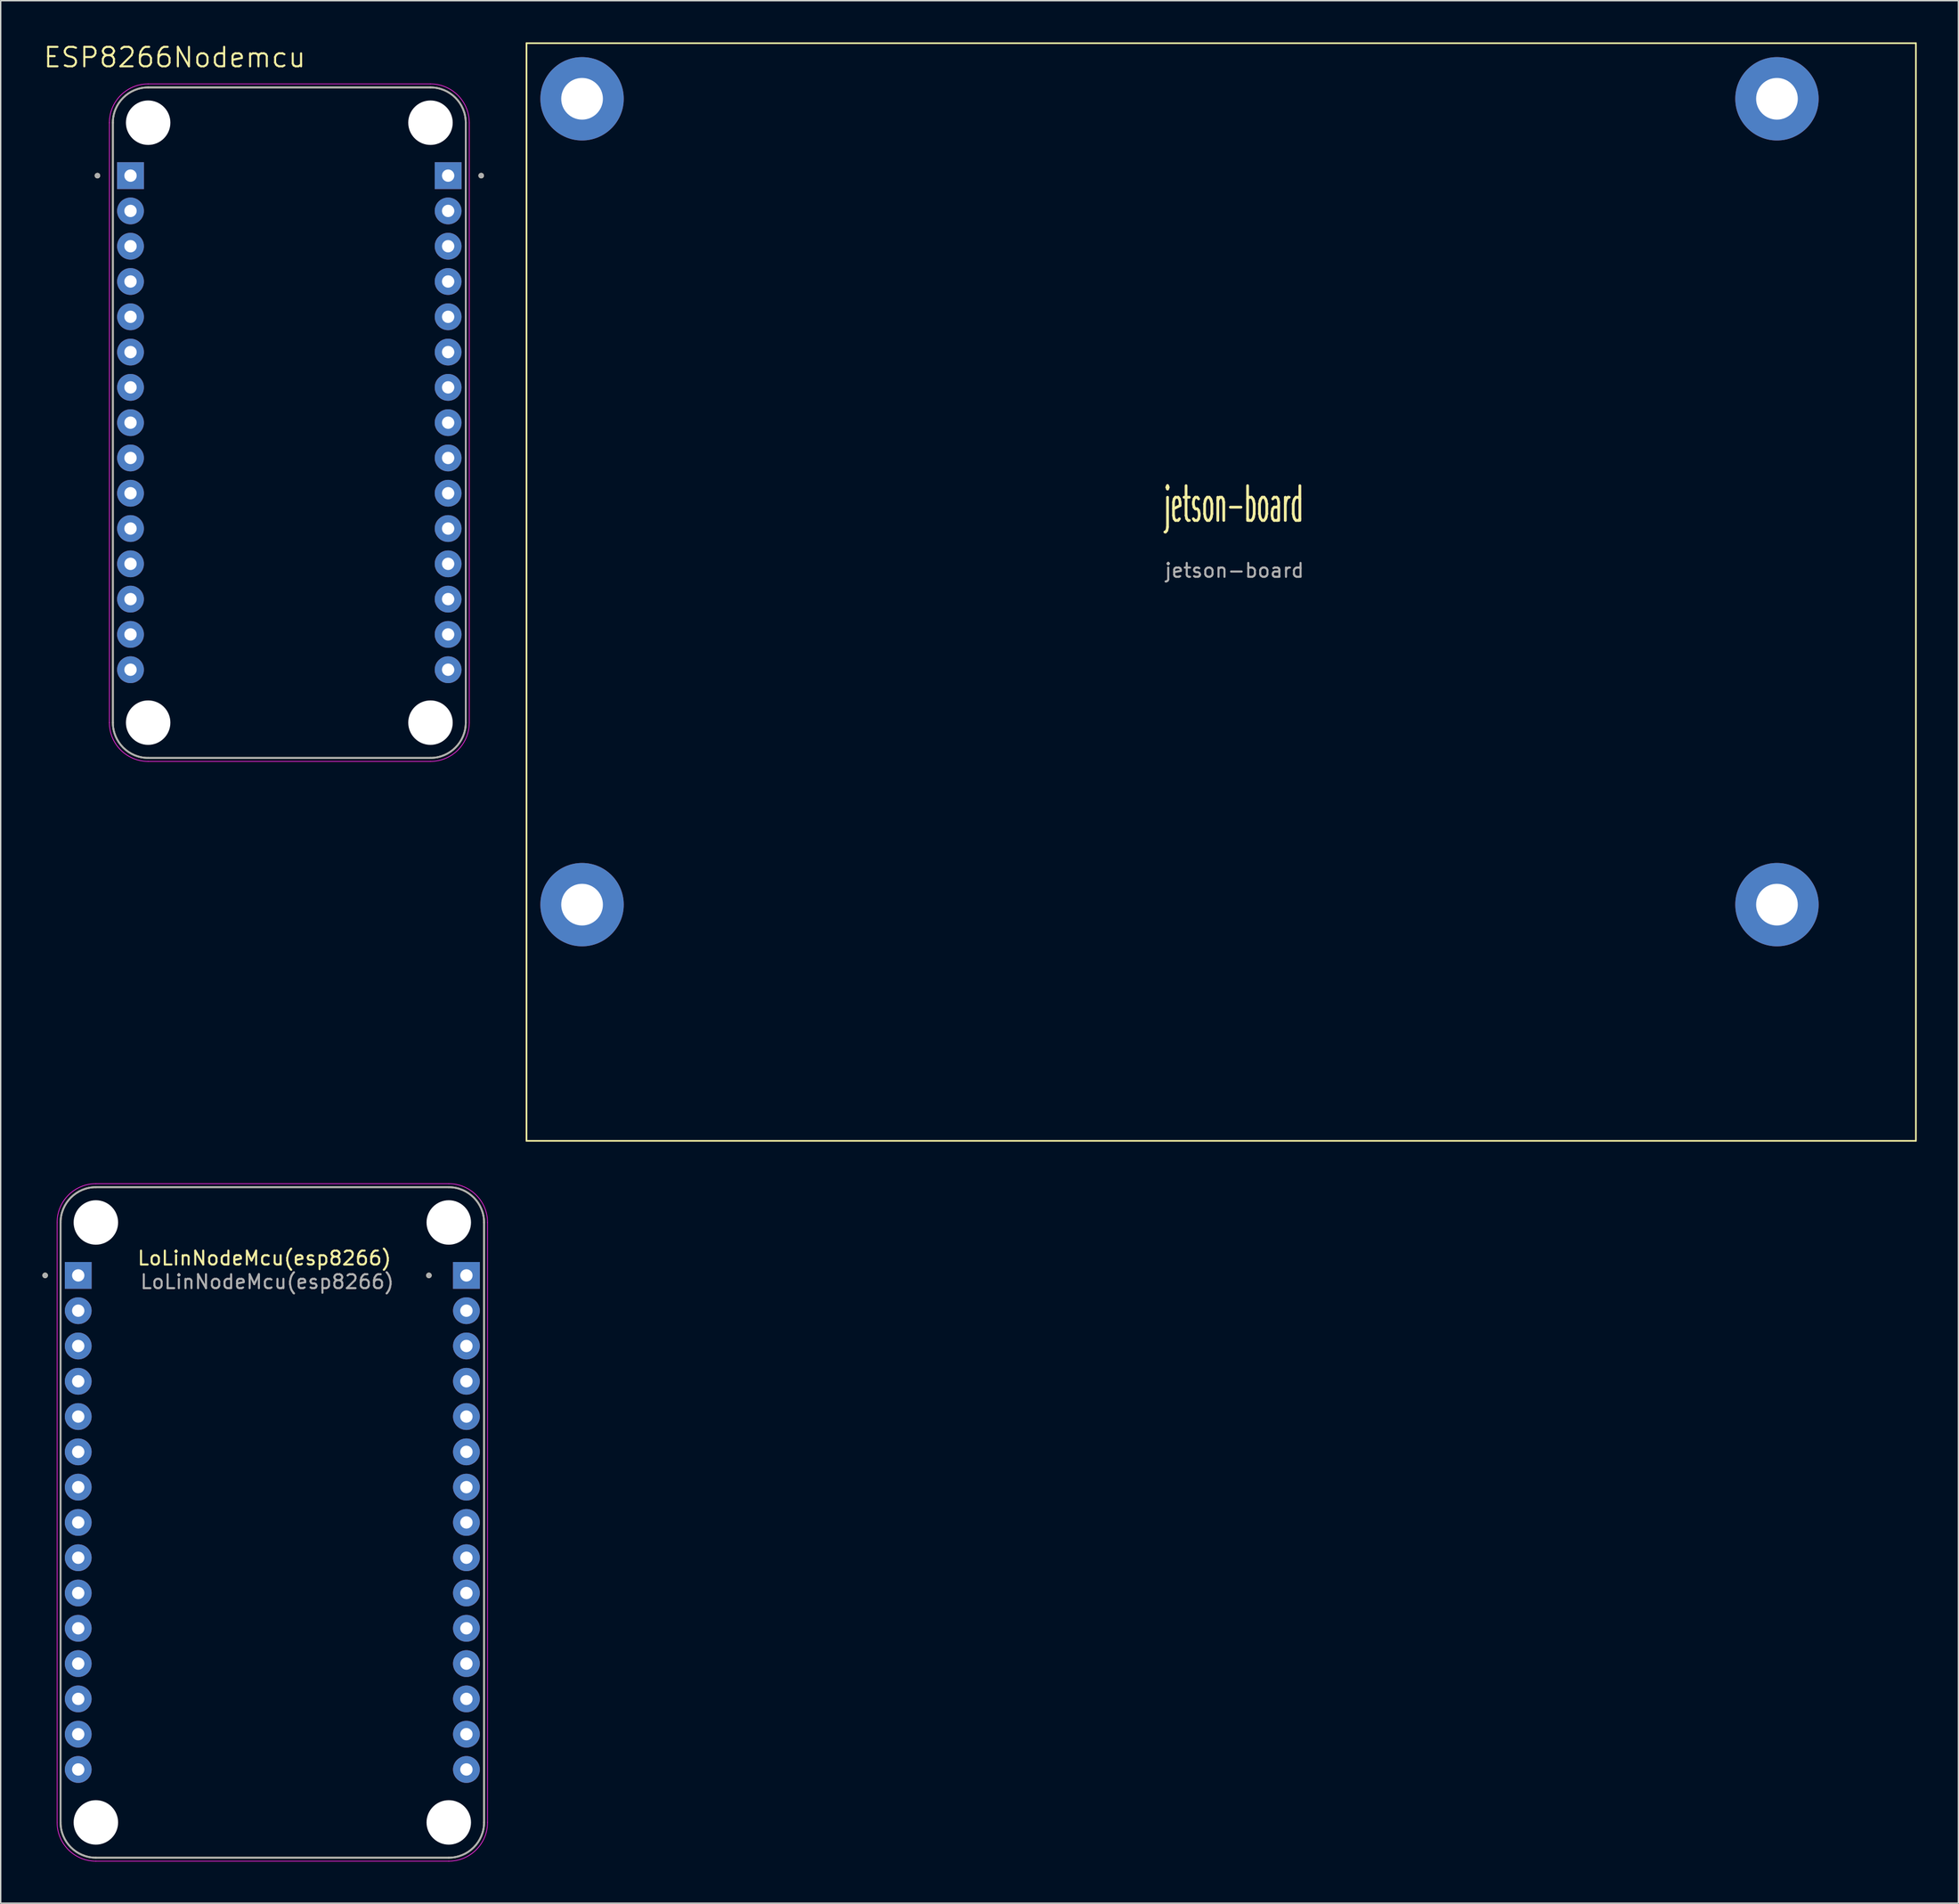
<source format=kicad_pcb>
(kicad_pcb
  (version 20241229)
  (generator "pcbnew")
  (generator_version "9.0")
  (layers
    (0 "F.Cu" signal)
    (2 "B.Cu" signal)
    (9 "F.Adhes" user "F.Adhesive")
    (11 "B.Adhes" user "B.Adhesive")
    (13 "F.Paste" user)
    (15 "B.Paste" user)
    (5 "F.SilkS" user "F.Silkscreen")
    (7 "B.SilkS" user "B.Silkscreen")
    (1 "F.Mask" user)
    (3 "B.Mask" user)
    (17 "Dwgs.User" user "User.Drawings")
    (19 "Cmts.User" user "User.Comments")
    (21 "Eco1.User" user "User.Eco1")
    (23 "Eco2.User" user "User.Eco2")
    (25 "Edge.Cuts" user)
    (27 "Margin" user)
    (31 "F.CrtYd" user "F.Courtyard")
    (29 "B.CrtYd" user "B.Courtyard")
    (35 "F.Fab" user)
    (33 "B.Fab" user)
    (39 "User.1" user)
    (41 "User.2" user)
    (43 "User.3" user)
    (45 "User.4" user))
  (footprint "ESP8266Nodemcu"
    (layer "F.Cu")
    (at 17.773 27.371)
    (property "Reference" "ESP8266Nodemcu" (at -8.255 -26.289 0) (layer "F.SilkS") (effects (font (size 1.4 1.4) (thickness 0.15))))
    (attr through_hole)
    (fp_line (start -12.7 21.59) (end -12.7 -21.59) (stroke (width 0.127) (type solid)) (layer "F.SilkS"))
    (fp_line (start -10.16 -24.13) (end 10.16 -24.13) (stroke (width 0.127) (type solid)) (layer "F.SilkS"))
    (fp_line (start 10.16 24.13) (end -10.16 24.13) (stroke (width 0.127) (type solid)) (layer "F.SilkS"))
    (fp_line (start 12.7 -21.59) (end 12.7 21.59) (stroke (width 0.127) (type solid)) (layer "F.SilkS"))
    (fp_arc (start -12.7 -21.59) (mid -11.956051 -23.386051) (end -10.16 -24.13) (stroke (width 0.127) (type solid)) (layer "F.SilkS"))
    (fp_arc (start -10.16 24.13) (mid -11.956051 23.386051) (end -12.7 21.59) (stroke (width 0.127) (type solid)) (layer "F.SilkS"))
    (fp_arc (start 10.16 -24.13) (mid 11.956051 -23.386051) (end 12.7 -21.59) (stroke (width 0.127) (type solid)) (layer "F.SilkS"))
    (fp_arc (start 12.7 21.59) (mid 11.956051 23.386051) (end 10.16 24.13) (stroke (width 0.127) (type solid)) (layer "F.SilkS"))
    (fp_circle (center -13.81 -17.78) (end -13.71 -17.78) (stroke (width 0.2) (type solid)) (fill no) (layer "F.SilkS"))
    (fp_circle (center 13.81 -17.78) (end 13.91 -17.78) (stroke (width 0.2) (type solid)) (fill no) (layer "F.SilkS"))
    (fp_line (start -12.95 21.59) (end -12.95 -21.59) (stroke (width 0.05) (type solid)) (layer "F.CrtYd"))
    (fp_line (start -10.16 -24.38) (end 10.16 -24.38) (stroke (width 0.05) (type solid)) (layer "F.CrtYd"))
    (fp_line (start 10.16 24.38) (end -10.16 24.38) (stroke (width 0.05) (type solid)) (layer "F.CrtYd"))
    (fp_line (start 12.95 -21.59) (end 12.95 21.59) (stroke (width 0.05) (type solid)) (layer "F.CrtYd"))
    (fp_arc (start -12.95 -21.59) (mid -12.132828 -23.562828) (end -10.16 -24.38) (stroke (width 0.05) (type solid)) (layer "F.CrtYd"))
    (fp_arc (start -10.16 24.38) (mid -12.132828 23.562828) (end -12.95 21.59) (stroke (width 0.05) (type solid)) (layer "F.CrtYd"))
    (fp_arc (start 10.16 -24.38) (mid 12.132828 -23.562828) (end 12.95 -21.59) (stroke (width 0.05) (type solid)) (layer "F.CrtYd"))
    (fp_arc (start 12.95 21.59) (mid 12.132828 23.562828) (end 10.16 24.38) (stroke (width 0.05) (type solid)) (layer "F.CrtYd"))
    (fp_line (start -12.7 21.59) (end -12.7 -21.59) (stroke (width 0.127) (type solid)) (layer "F.Fab"))
    (fp_line (start -10.16 -24.13) (end 10.16 -24.13) (stroke (width 0.127) (type solid)) (layer "F.Fab"))
    (fp_line (start 10.16 24.13) (end -10.16 24.13) (stroke (width 0.127) (type solid)) (layer "F.Fab"))
    (fp_line (start 12.7 -21.59) (end 12.7 21.59) (stroke (width 0.127) (type solid)) (layer "F.Fab"))
    (fp_arc (start -12.7 -21.59) (mid -11.956051 -23.386051) (end -10.16 -24.13) (stroke (width 0.127) (type solid)) (layer "F.Fab"))
    (fp_arc (start -10.16 24.13) (mid -11.956051 23.386051) (end -12.7 21.59) (stroke (width 0.127) (type solid)) (layer "F.Fab"))
    (fp_arc (start 10.16 -24.13) (mid 11.956051 -23.386051) (end 12.7 -21.59) (stroke (width 0.127) (type solid)) (layer "F.Fab"))
    (fp_arc (start 12.7 21.59) (mid 11.956051 23.386051) (end 10.16 24.13) (stroke (width 0.127) (type solid)) (layer "F.Fab"))
    (fp_circle (center -13.81 -17.78) (end -13.71 -17.78) (stroke (width 0.2) (type solid)) (fill no) (layer "F.Fab"))
    (fp_circle (center 13.81 -17.78) (end 13.91 -17.78) (stroke (width 0.2) (type solid)) (fill no) (layer "F.Fab"))
    (pad "" np_thru_hole circle (at -10.16 -21.59) (size 3.2 3.2) (drill 3.2) (layers "*.Cu" "*.Mask"))
    (pad "" np_thru_hole circle (at -10.16 21.59) (size 3.2 3.2) (drill 3.2) (layers "*.Cu" "*.Mask"))
    (pad "" np_thru_hole circle (at 10.16 -21.59) (size 3.2 3.2) (drill 3.2) (layers "*.Cu" "*.Mask"))
    (pad "" np_thru_hole circle (at 10.16 21.59) (size 3.2 3.2) (drill 3.2) (layers "*.Cu" "*.Mask"))
    (pad "1" thru_hole circle (at -11.43 17.78) (size 1.93 1.93) (drill 0.889) (layers "*.Cu" "*.Mask"))
    (pad "2" thru_hole circle (at -11.43 15.24) (size 1.93 1.93) (drill 0.889) (layers "*.Cu" "*.Mask"))
    (pad "3" thru_hole circle (at -11.43 12.7) (size 1.93 1.93) (drill 0.889) (layers "*.Cu" "*.Mask"))
    (pad "4" thru_hole circle (at -11.43 10.16) (size 1.93 1.93) (drill 0.889) (layers "*.Cu" "*.Mask"))
    (pad "5" thru_hole circle (at -11.43 7.62) (size 1.93 1.93) (drill 0.889) (layers "*.Cu" "*.Mask"))
    (pad "6" thru_hole circle (at -11.43 5.08) (size 1.93 1.93) (drill 0.889) (layers "*.Cu" "*.Mask"))
    (pad "7" thru_hole circle (at -11.43 2.54) (size 1.93 1.93) (drill 0.889) (layers "*.Cu" "*.Mask"))
    (pad "8" thru_hole circle (at -11.43 0) (size 1.93 1.93) (drill 0.889) (layers "*.Cu" "*.Mask"))
    (pad "9" thru_hole circle (at -11.43 -2.54) (size 1.93 1.93) (drill 0.889) (layers "*.Cu" "*.Mask"))
    (pad "10" thru_hole circle (at -11.43 -5.08) (size 1.93 1.93) (drill 0.889) (layers "*.Cu" "*.Mask"))
    (pad "11" thru_hole circle (at -11.43 -7.62) (size 1.93 1.93) (drill 0.889) (layers "*.Cu" "*.Mask"))
    (pad "12" thru_hole circle (at -11.43 -10.16) (size 1.93 1.93) (drill 0.889) (layers "*.Cu" "*.Mask"))
    (pad "13" thru_hole circle (at -11.43 -12.7) (size 1.93 1.93) (drill 0.889) (layers "*.Cu" "*.Mask"))
    (pad "14" thru_hole circle (at -11.43 -15.24) (size 1.93 1.93) (drill 0.889) (layers "*.Cu" "*.Mask"))
    (pad "15" thru_hole rect (at -11.43 -17.78) (size 1.93 1.93) (drill 0.889) (layers "*.Cu" "*.Mask"))
    (pad "16" thru_hole circle (at 11.43 17.78) (size 1.93 1.93) (drill 0.889) (layers "*.Cu" "*.Mask"))
    (pad "17" thru_hole circle (at 11.43 15.24) (size 1.93 1.93) (drill 0.889) (layers "*.Cu" "*.Mask"))
    (pad "18" thru_hole circle (at 11.43 12.7) (size 1.93 1.93) (drill 0.889) (layers "*.Cu" "*.Mask"))
    (pad "19" thru_hole circle (at 11.43 10.16) (size 1.93 1.93) (drill 0.889) (layers "*.Cu" "*.Mask"))
    (pad "20" thru_hole circle (at 11.43 7.62) (size 1.93 1.93) (drill 0.889) (layers "*.Cu" "*.Mask"))
    (pad "21" thru_hole circle (at 11.43 5.08) (size 1.93 1.93) (drill 0.889) (layers "*.Cu" "*.Mask"))
    (pad "22" thru_hole circle (at 11.43 2.54) (size 1.93 1.93) (drill 0.889) (layers "*.Cu" "*.Mask"))
    (pad "23" thru_hole circle (at 11.43 0) (size 1.93 1.93) (drill 0.889) (layers "*.Cu" "*.Mask"))
    (pad "24" thru_hole circle (at 11.43 -2.54) (size 1.93 1.93) (drill 0.889) (layers "*.Cu" "*.Mask"))
    (pad "25" thru_hole circle (at 11.43 -5.08) (size 1.93 1.93) (drill 0.889) (layers "*.Cu" "*.Mask"))
    (pad "26" thru_hole circle (at 11.43 -7.62) (size 1.93 1.93) (drill 0.889) (layers "*.Cu" "*.Mask"))
    (pad "27" thru_hole circle (at 11.43 -10.16) (size 1.93 1.93) (drill 0.889) (layers "*.Cu" "*.Mask"))
    (pad "28" thru_hole circle (at 11.43 -12.7) (size 1.93 1.93) (drill 0.889) (layers "*.Cu" "*.Mask"))
    (pad "29" thru_hole circle (at 11.43 -15.24) (size 1.93 1.93) (drill 0.889) (layers "*.Cu" "*.Mask"))
    (pad "30" thru_hole rect (at 11.43 -17.78) (size 1.93 1.93) (drill 0.889) (layers "*.Cu" "*.Mask")))
  (footprint "LoLinNodeMcu(esp8266)"
    (layer "F.Cu")
    (at 2.58 124.305)
    (property "Reference" "LoLinNodeMcu(esp8266)" (at 13.4 -36.8 0) (unlocked yes) (layer "F.SilkS") (effects (font (size 1 1) (thickness 0.15))))
    (attr through_hole)
    (fp_line (start -1.27 3.81) (end -1.27 -39.37) (stroke (width 0.127) (type solid)) (layer "F.SilkS"))
    (fp_line (start 1.27 -41.91) (end 26.67 -41.91) (stroke (width 0.127) (type solid)) (layer "F.SilkS"))
    (fp_line (start 26.67 6.35) (end 1.27 6.35) (stroke (width 0.127) (type solid)) (layer "F.SilkS"))
    (fp_line (start 29.21 -39.37) (end 29.21 3.81) (stroke (width 0.127) (type solid)) (layer "F.SilkS"))
    (fp_arc (start -1.27 -39.37) (mid -0.526051 -41.166051) (end 1.27 -41.91) (stroke (width 0.127) (type solid)) (layer "F.SilkS"))
    (fp_arc (start 1.27 6.35) (mid -0.526051 5.606051) (end -1.27 3.81) (stroke (width 0.127) (type solid)) (layer "F.SilkS"))
    (fp_arc (start 26.67 -41.91) (mid 28.466051 -41.166051) (end 29.21 -39.37) (stroke (width 0.127) (type solid)) (layer "F.SilkS"))
    (fp_arc (start 29.21 3.81) (mid 28.466051 5.606051) (end 26.67 6.35) (stroke (width 0.127) (type solid)) (layer "F.SilkS"))
    (fp_circle (center -2.38 -35.56) (end -2.28 -35.56) (stroke (width 0.2) (type solid)) (fill no) (layer "F.SilkS"))
    (fp_circle (center 25.24 -35.56) (end 25.34 -35.56) (stroke (width 0.2) (type solid)) (fill no) (layer "F.SilkS"))
    (fp_line (start -1.52 3.81) (end -1.52 -39.37) (stroke (width 0.05) (type solid)) (layer "F.CrtYd"))
    (fp_line (start 1.27 -42.16) (end 26.67 -42.16) (stroke (width 0.05) (type solid)) (layer "F.CrtYd"))
    (fp_line (start 26.67 6.6) (end 1.27 6.6) (stroke (width 0.05) (type solid)) (layer "F.CrtYd"))
    (fp_line (start 29.46 -39.37) (end 29.46 3.81) (stroke (width 0.05) (type solid)) (layer "F.CrtYd"))
    (fp_arc (start -1.52 -39.37) (mid -0.702828 -41.342828) (end 1.27 -42.16) (stroke (width 0.05) (type solid)) (layer "F.CrtYd"))
    (fp_arc (start 1.27 6.6) (mid -0.702828 5.782828) (end -1.52 3.81) (stroke (width 0.05) (type solid)) (layer "F.CrtYd"))
    (fp_arc (start 26.67 -42.16) (mid 28.642828 -41.342828) (end 29.46 -39.37) (stroke (width 0.05) (type solid)) (layer "F.CrtYd"))
    (fp_arc (start 29.46 3.81) (mid 28.642828 5.782828) (end 26.67 6.6) (stroke (width 0.05) (type solid)) (layer "F.CrtYd"))
    (fp_line (start -1.27 3.81) (end -1.27 -39.37) (stroke (width 0.127) (type solid)) (layer "F.Fab"))
    (fp_line (start 1.27 -41.91) (end 26.67 -41.91) (stroke (width 0.127) (type solid)) (layer "F.Fab"))
    (fp_line (start 26.67 6.35) (end 1.27 6.35) (stroke (width 0.127) (type solid)) (layer "F.Fab"))
    (fp_line (start 29.21 -39.37) (end 29.21 3.81) (stroke (width 0.127) (type solid)) (layer "F.Fab"))
    (fp_arc (start -1.27 -39.37) (mid -0.526051 -41.166051) (end 1.27 -41.91) (stroke (width 0.127) (type solid)) (layer "F.Fab"))
    (fp_arc (start 1.27 6.35) (mid -0.526051 5.606051) (end -1.27 3.81) (stroke (width 0.127) (type solid)) (layer "F.Fab"))
    (fp_arc (start 26.67 -41.91) (mid 28.466051 -41.166051) (end 29.21 -39.37) (stroke (width 0.127) (type solid)) (layer "F.Fab"))
    (fp_arc (start 29.21 3.81) (mid 28.466051 5.606051) (end 26.67 6.35) (stroke (width 0.127) (type solid)) (layer "F.Fab"))
    (fp_circle (center -2.38 -35.56) (end -2.28 -35.56) (stroke (width 0.2) (type solid)) (fill no) (layer "F.Fab"))
    (fp_circle (center 25.24 -35.56) (end 25.34 -35.56) (stroke (width 0.2) (type solid)) (fill no) (layer "F.Fab"))
    (fp_text user "${REFERENCE}" (at 13.6 -35.1 0) (unlocked yes) (layer "F.Fab") (effects (font (size 1 1) (thickness 0.15))))
    (pad "" np_thru_hole circle (at 1.27 -39.37) (size 3.2 3.2) (drill 3.2) (layers "*.Cu" "*.Mask"))
    (pad "" np_thru_hole circle (at 1.27 3.81) (size 3.2 3.2) (drill 3.2) (layers "*.Cu" "*.Mask"))
    (pad "" np_thru_hole circle (at 26.67 -39.37) (size 3.2 3.2) (drill 3.2) (layers "*.Cu" "*.Mask"))
    (pad "" np_thru_hole circle (at 26.67 3.81) (size 3.2 3.2) (drill 3.2) (layers "*.Cu" "*.Mask"))
    (pad "1" thru_hole circle (at 0 0) (size 1.93 1.93) (drill 0.889) (layers "*.Cu" "*.Mask"))
    (pad "2" thru_hole circle (at 0 -2.54) (size 1.93 1.93) (drill 0.889) (layers "*.Cu" "*.Mask"))
    (pad "3" thru_hole circle (at 0 -5.08) (size 1.93 1.93) (drill 0.889) (layers "*.Cu" "*.Mask"))
    (pad "4" thru_hole circle (at 0 -7.62) (size 1.93 1.93) (drill 0.889) (layers "*.Cu" "*.Mask"))
    (pad "5" thru_hole circle (at 0 -10.16) (size 1.93 1.93) (drill 0.889) (layers "*.Cu" "*.Mask"))
    (pad "6" thru_hole circle (at 0 -12.7) (size 1.93 1.93) (drill 0.889) (layers "*.Cu" "*.Mask"))
    (pad "7" thru_hole circle (at 0 -15.24) (size 1.93 1.93) (drill 0.889) (layers "*.Cu" "*.Mask"))
    (pad "8" thru_hole circle (at 0 -17.78) (size 1.93 1.93) (drill 0.889) (layers "*.Cu" "*.Mask"))
    (pad "9" thru_hole circle (at 0 -20.32) (size 1.93 1.93) (drill 0.889) (layers "*.Cu" "*.Mask"))
    (pad "10" thru_hole circle (at 0 -22.86) (size 1.93 1.93) (drill 0.889) (layers "*.Cu" "*.Mask"))
    (pad "11" thru_hole circle (at 0 -25.4) (size 1.93 1.93) (drill 0.889) (layers "*.Cu" "*.Mask"))
    (pad "12" thru_hole circle (at 0 -27.94) (size 1.93 1.93) (drill 0.889) (layers "*.Cu" "*.Mask"))
    (pad "13" thru_hole circle (at 0 -30.48) (size 1.93 1.93) (drill 0.889) (layers "*.Cu" "*.Mask"))
    (pad "14" thru_hole circle (at 0 -33.02) (size 1.93 1.93) (drill 0.889) (layers "*.Cu" "*.Mask"))
    (pad "15" thru_hole rect (at 0 -35.56) (size 1.93 1.93) (drill 0.889) (layers "*.Cu" "*.Mask"))
    (pad "16" thru_hole circle (at 27.94 0) (size 1.93 1.93) (drill 0.889) (layers "*.Cu" "*.Mask"))
    (pad "17" thru_hole circle (at 27.94 -2.54) (size 1.93 1.93) (drill 0.889) (layers "*.Cu" "*.Mask"))
    (pad "18" thru_hole circle (at 27.94 -5.08) (size 1.93 1.93) (drill 0.889) (layers "*.Cu" "*.Mask"))
    (pad "19" thru_hole circle (at 27.94 -7.62) (size 1.93 1.93) (drill 0.889) (layers "*.Cu" "*.Mask"))
    (pad "20" thru_hole circle (at 27.94 -10.16) (size 1.93 1.93) (drill 0.889) (layers "*.Cu" "*.Mask"))
    (pad "21" thru_hole circle (at 27.94 -12.7) (size 1.93 1.93) (drill 0.889) (layers "*.Cu" "*.Mask"))
    (pad "22" thru_hole circle (at 27.94 -15.24) (size 1.93 1.93) (drill 0.889) (layers "*.Cu" "*.Mask"))
    (pad "23" thru_hole circle (at 27.94 -17.78) (size 1.93 1.93) (drill 0.889) (layers "*.Cu" "*.Mask"))
    (pad "24" thru_hole circle (at 27.94 -20.32) (size 1.93 1.93) (drill 0.889) (layers "*.Cu" "*.Mask"))
    (pad "25" thru_hole circle (at 27.94 -22.86) (size 1.93 1.93) (drill 0.889) (layers "*.Cu" "*.Mask"))
    (pad "26" thru_hole circle (at 27.94 -25.4) (size 1.93 1.93) (drill 0.889) (layers "*.Cu" "*.Mask"))
    (pad "27" thru_hole circle (at 27.94 -27.94) (size 1.93 1.93) (drill 0.889) (layers "*.Cu" "*.Mask"))
    (pad "28" thru_hole circle (at 27.94 -30.48) (size 1.93 1.93) (drill 0.889) (layers "*.Cu" "*.Mask"))
    (pad "29" thru_hole circle (at 27.94 -33.02) (size 1.93 1.93) (drill 0.889) (layers "*.Cu" "*.Mask"))
    (pad "30" thru_hole rect (at 27.94 -35.56) (size 1.93 1.93) (drill 0.889) (layers "*.Cu" "*.Mask")))
  (footprint "jetson-board"
    (layer "F.Cu")
    (at 38.843 4.06)
    (property "Reference" "jetson-board" (at 46.9 29.2 0) (unlocked yes) (layer "F.SilkS") (effects (font (size 2.5 1) (thickness 0.2))))
    (attr through_hole)
    (fp_line (start -4 -4) (end 96 -4) (stroke (width 0.12) (type solid)) (layer "F.SilkS"))
    (fp_line (start -4 75) (end -4 -4) (stroke (width 0.12) (type solid)) (layer "F.SilkS"))
    (fp_line (start 96 -4) (end 96 75) (stroke (width 0.12) (type solid)) (layer "F.SilkS"))
    (fp_line (start 96 75) (end -4 75) (stroke (width 0.12) (type solid)) (layer "F.SilkS"))
    (fp_text user "${REFERENCE}" (at 46.95 33.95 0) (unlocked yes) (layer "F.Fab") (effects (font (size 1 1) (thickness 0.15))))
    (pad "" np_thru_hole circle (at 0 0) (size 6 6) (drill 3) (layers "*.Cu" "*.Mask"))
    (pad "" np_thru_hole circle (at 0 58) (size 6 6) (drill 3) (layers "*.Cu" "*.Mask"))
    (pad "" np_thru_hole circle (at 86 0) (size 6 6) (drill 3) (layers "*.Cu" "*.Mask"))
    (pad "" np_thru_hole circle (at 86 58) (size 6 6) (drill 3) (layers "*.Cu" "*.Mask")))
  (gr_rect
    (start -3 -3)
    (end 137.903 133.93)
    (stroke (width 0.1) (type default))
    (fill no)
    (layer "Edge.Cuts")))
</source>
